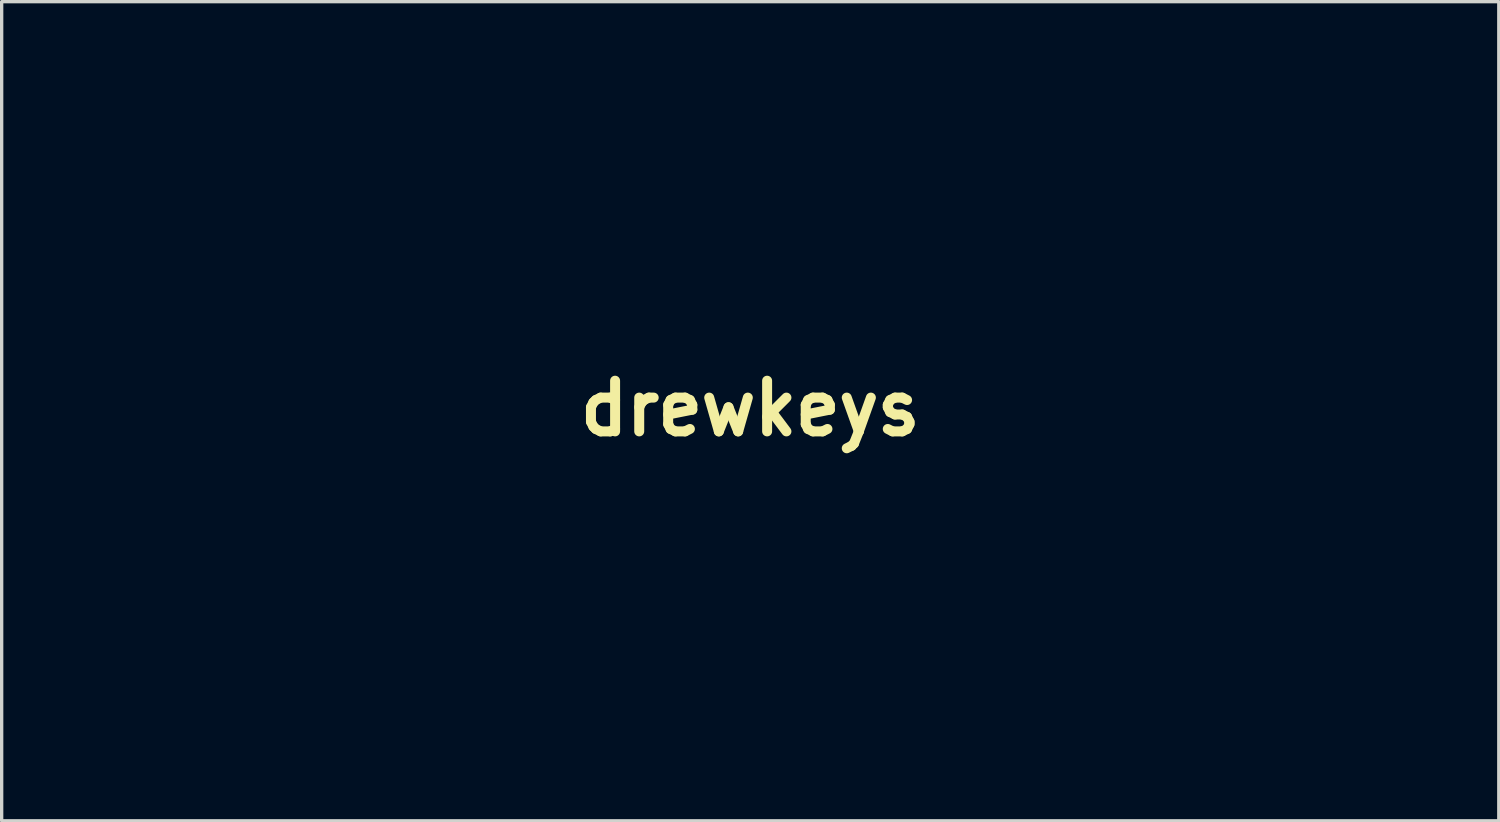
<source format=kicad_pcb>
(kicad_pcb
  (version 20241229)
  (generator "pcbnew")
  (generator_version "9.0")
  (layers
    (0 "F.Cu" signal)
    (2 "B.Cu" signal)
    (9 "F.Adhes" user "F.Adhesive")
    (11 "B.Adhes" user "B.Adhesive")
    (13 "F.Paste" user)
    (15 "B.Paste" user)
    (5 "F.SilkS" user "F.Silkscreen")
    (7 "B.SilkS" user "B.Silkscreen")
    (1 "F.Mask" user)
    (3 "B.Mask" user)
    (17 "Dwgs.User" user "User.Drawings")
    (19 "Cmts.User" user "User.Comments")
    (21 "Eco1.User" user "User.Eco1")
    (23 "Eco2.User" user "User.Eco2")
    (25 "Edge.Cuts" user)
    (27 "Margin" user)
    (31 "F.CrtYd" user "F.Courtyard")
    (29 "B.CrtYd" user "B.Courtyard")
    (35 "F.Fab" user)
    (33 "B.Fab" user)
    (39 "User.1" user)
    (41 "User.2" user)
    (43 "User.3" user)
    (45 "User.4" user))
  (footprint "drewkeys"
    (layer "F.Cu")
    (at 19.512 9.234)
    (property "Reference" "drewkeys" (at 0 0 0) (layer "F.SilkS") (effects (font (size 1.524 1.524) (thickness 0.3))))
    (attr through_hole)
    (fp_poly (pts (xy -10.16 1.379) (xy -10.091 1.411) (xy -10.083 1.475) (xy -10.082 1.617) (xy -10.088 1.814) (xy -10.095 1.967) (xy -10.115 2.235) (xy -10.145 2.411) (xy -10.191 2.502) (xy -10.259 2.517) (xy -10.356 2.466) (xy -10.423 2.413) (xy -10.62 2.306) (xy -10.837 2.28) (xy -11.048 2.33) (xy -11.229 2.447) (xy -11.355 2.624) (xy -11.381 2.701) (xy -11.403 2.835) (xy -11.418 3.038) (xy -11.426 3.289) (xy -11.427 3.568) (xy -11.423 3.856) (xy -11.413 4.133) (xy -11.399 4.379) (xy -11.379 4.575) (xy -11.355 4.7) (xy -11.34 4.733) (xy -11.254 4.775) (xy -11.108 4.811) (xy -11.01 4.825) (xy -10.855 4.844) (xy -10.774 4.874) (xy -10.74 4.934) (xy -10.728 5.016) (xy -10.712 5.182) (xy -13.005 5.182) (xy -13.005 5.004) (xy -13 4.894) (xy -12.966 4.843) (xy -12.877 4.827) (xy -12.778 4.826) (xy -12.618 4.813) (xy -12.528 4.768) (xy -12.499 4.728) (xy -12.48 4.644) (xy -12.466 4.478) (xy -12.455 4.248) (xy -12.448 3.971) (xy -12.444 3.663) (xy -12.444 3.342) (xy -12.447 3.025) (xy -12.454 2.728) (xy -12.464 2.47) (xy -12.477 2.266) (xy -12.493 2.134) (xy -12.507 2.093) (xy -12.593 2.055) (xy -12.734 2.034) (xy -12.786 2.032) (xy -12.923 2.027) (xy -12.986 1.999) (xy -13.004 1.926) (xy -13.005 1.863) (xy -13.005 1.695) (xy -12.541 1.633) (xy -12.292 1.593) (xy -12.042 1.54) (xy -11.836 1.485) (xy -11.794 1.471) (xy -11.635 1.418) (xy -11.516 1.382) (xy -11.47 1.372) (xy -11.451 1.418) (xy -11.437 1.543) (xy -11.43 1.72) (xy -11.43 1.778) (xy -11.43 2.184) (xy -11.141 1.866) (xy -10.99 1.707) (xy -10.847 1.568) (xy -10.74 1.474) (xy -10.722 1.461) (xy -10.61 1.414) (xy -10.455 1.382) (xy -10.294 1.37) (xy -10.16 1.379)) (stroke (width 0.01) (type solid)) (fill no) (layer "Eco2.User"))
    (fp_poly (pts (xy 8.209 1.394) (xy 8.559 1.483) (xy 8.86 1.651) (xy 8.954 1.727) (xy 9.146 1.934) (xy 9.272 2.169) (xy 9.343 2.454) (xy 9.366 2.779) (xy 9.373 3.173) (xy 9.119 3.232) (xy 8.983 3.253) (xy 8.769 3.27) (xy 8.499 3.285) (xy 8.195 3.294) (xy 7.966 3.297) (xy 7.674 3.301) (xy 7.419 3.309) (xy 7.217 3.32) (xy 7.085 3.333) (xy 7.04 3.346) (xy 7.033 3.431) (xy 7.061 3.578) (xy 7.115 3.76) (xy 7.185 3.947) (xy 7.263 4.111) (xy 7.298 4.169) (xy 7.428 4.321) (xy 7.596 4.465) (xy 7.667 4.511) (xy 7.802 4.583) (xy 7.928 4.624) (xy 8.083 4.641) (xy 8.301 4.644) (xy 8.306 4.644) (xy 8.591 4.628) (xy 8.814 4.584) (xy 8.95 4.533) (xy 9.126 4.47) (xy 9.229 4.476) (xy 9.26 4.553) (xy 9.223 4.702) (xy 9.211 4.733) (xy 9.15 4.847) (xy 9.057 4.94) (xy 8.913 5.025) (xy 8.698 5.115) (xy 8.574 5.161) (xy 8.372 5.21) (xy 8.109 5.245) (xy 7.822 5.262) (xy 7.553 5.259) (xy 7.338 5.235) (xy 7.333 5.234) (xy 6.959 5.105) (xy 6.621 4.892) (xy 6.34 4.613) (xy 6.134 4.281) (xy 6.131 4.273) (xy 6.075 4.121) (xy 6.038 3.936) (xy 6.014 3.694) (xy 6.004 3.486) (xy 6.006 3.038) (xy 6.026 2.889) (xy 6.997 2.889) (xy 7.245 2.912) (xy 7.444 2.921) (xy 7.676 2.92) (xy 7.793 2.915) (xy 7.978 2.904) (xy 8.139 2.897) (xy 8.212 2.896) (xy 8.281 2.887) (xy 8.317 2.844) (xy 8.329 2.741) (xy 8.33 2.629) (xy 8.303 2.386) (xy 8.233 2.159) (xy 8.131 1.977) (xy 8.019 1.876) (xy 7.834 1.82) (xy 7.619 1.814) (xy 7.422 1.858) (xy 7.352 1.893) (xy 7.196 2.044) (xy 7.09 2.264) (xy 7.03 2.566) (xy 7.028 2.586) (xy 6.997 2.889) (xy 6.026 2.889) (xy 6.055 2.669) (xy 6.16 2.363) (xy 6.329 2.106) (xy 6.57 1.881) (xy 6.891 1.675) (xy 7.035 1.599) (xy 7.261 1.492) (xy 7.445 1.427) (xy 7.629 1.393) (xy 7.799 1.38) (xy 8.209 1.394)) (stroke (width 0.01) (type solid)) (fill no) (layer "Eco2.User"))
    (fp_poly (pts (xy 11.836 1.613) (xy 11.824 1.729) (xy 11.774 1.774) (xy 11.722 1.779) (xy 11.524 1.8) (xy 11.412 1.864) (xy 11.379 1.966) (xy 11.397 2.044) (xy 11.445 2.198) (xy 11.516 2.41) (xy 11.605 2.663) (xy 11.704 2.937) (xy 11.807 3.214) (xy 11.908 3.478) (xy 11.998 3.709) (xy 12.073 3.89) (xy 12.124 4.003) (xy 12.14 4.028) (xy 12.17 3.997) (xy 12.23 3.888) (xy 12.313 3.715) (xy 12.413 3.495) (xy 12.523 3.244) (xy 12.636 2.977) (xy 12.744 2.71) (xy 12.841 2.46) (xy 12.917 2.25) (xy 12.976 2.076) (xy 13.001 1.973) (xy 12.995 1.913) (xy 12.958 1.871) (xy 12.932 1.851) (xy 12.812 1.799) (xy 12.662 1.778) (xy 12.546 1.77) (xy 12.504 1.727) (xy 12.506 1.62) (xy 12.522 1.463) (xy 14.021 1.448) (xy 14.021 1.613) (xy 14.006 1.733) (xy 13.952 1.776) (xy 13.931 1.778) (xy 13.775 1.827) (xy 13.628 1.968) (xy 13.51 2.173) (xy 13.466 2.273) (xy 13.386 2.455) (xy 13.276 2.705) (xy 13.14 3.014) (xy 12.985 3.367) (xy 12.815 3.755) (xy 12.636 4.164) (xy 12.613 4.216) (xy 12.374 4.761) (xy 12.172 5.22) (xy 12.001 5.602) (xy 11.858 5.916) (xy 11.74 6.17) (xy 11.642 6.373) (xy 11.559 6.531) (xy 11.489 6.655) (xy 11.427 6.751) (xy 11.37 6.829) (xy 11.346 6.857) (xy 11.119 7.054) (xy 10.832 7.188) (xy 10.513 7.252) (xy 10.187 7.241) (xy 10.017 7.2) (xy 9.905 7.154) (xy 9.87 7.095) (xy 9.882 7.015) (xy 9.91 6.883) (xy 9.943 6.709) (xy 9.954 6.641) (xy 9.99 6.462) (xy 10.031 6.371) (xy 10.087 6.356) (xy 10.15 6.391) (xy 10.406 6.532) (xy 10.65 6.583) (xy 10.873 6.543) (xy 11.063 6.412) (xy 11.07 6.404) (xy 11.153 6.293) (xy 11.259 6.12) (xy 11.368 5.919) (xy 11.399 5.855) (xy 11.597 5.448) (xy 10.902 3.694) (xy 10.742 3.294) (xy 10.592 2.923) (xy 10.455 2.592) (xy 10.337 2.312) (xy 10.242 2.093) (xy 10.174 1.946) (xy 10.138 1.883) (xy 10.137 1.882) (xy 10.042 1.835) (xy 9.901 1.797) (xy 9.885 1.794) (xy 9.763 1.765) (xy 9.712 1.709) (xy 9.703 1.606) (xy 9.703 1.448) (xy 11.836 1.448) (xy 11.836 1.613)) (stroke (width 0.01) (type solid)) (fill no) (layer "Eco2.User"))
    (fp_poly (pts (xy 16.637 1.407) (xy 16.815 1.444) (xy 16.983 1.489) (xy 17.106 1.525) (xy 17.156 1.544) (xy 17.16 1.599) (xy 17.157 1.732) (xy 17.148 1.92) (xy 17.139 2.05) (xy 17.105 2.54) (xy 16.934 2.54) (xy 16.826 2.534) (xy 16.777 2.495) (xy 16.764 2.395) (xy 16.764 2.333) (xy 16.751 2.174) (xy 16.718 2.043) (xy 16.709 2.024) (xy 16.595 1.91) (xy 16.403 1.827) (xy 16.154 1.783) (xy 16.027 1.778) (xy 15.733 1.808) (xy 15.521 1.899) (xy 15.39 2.049) (xy 15.342 2.26) (xy 15.342 2.283) (xy 15.356 2.4) (xy 15.406 2.498) (xy 15.504 2.582) (xy 15.661 2.658) (xy 15.887 2.732) (xy 16.195 2.81) (xy 16.472 2.872) (xy 16.686 2.928) (xy 16.882 2.995) (xy 17.021 3.06) (xy 17.031 3.066) (xy 17.221 3.25) (xy 17.349 3.493) (xy 17.414 3.775) (xy 17.414 4.073) (xy 17.348 4.365) (xy 17.212 4.628) (xy 17.167 4.687) (xy 16.962 4.872) (xy 16.684 5.035) (xy 16.36 5.164) (xy 16.019 5.249) (xy 15.689 5.278) (xy 15.65 5.277) (xy 15.487 5.265) (xy 15.289 5.24) (xy 15.215 5.228) (xy 15.006 5.186) (xy 14.791 5.134) (xy 14.732 5.117) (xy 14.642 5.092) (xy 14.578 5.069) (xy 14.538 5.031) (xy 14.515 4.961) (xy 14.507 4.844) (xy 14.508 4.663) (xy 14.516 4.402) (xy 14.519 4.293) (xy 14.529 3.912) (xy 14.7 3.912) (xy 14.799 3.916) (xy 14.852 3.945) (xy 14.878 4.024) (xy 14.894 4.178) (xy 14.895 4.191) (xy 14.944 4.436) (xy 15.055 4.613) (xy 15.241 4.739) (xy 15.411 4.802) (xy 15.725 4.862) (xy 16.007 4.854) (xy 16.243 4.782) (xy 16.423 4.653) (xy 16.532 4.472) (xy 16.561 4.292) (xy 16.547 4.153) (xy 16.497 4.04) (xy 16.398 3.946) (xy 16.238 3.863) (xy 16.004 3.781) (xy 15.685 3.693) (xy 15.624 3.678) (xy 15.384 3.612) (xy 15.165 3.54) (xy 14.995 3.473) (xy 14.921 3.434) (xy 14.696 3.225) (xy 14.556 2.964) (xy 14.502 2.659) (xy 14.532 2.342) (xy 14.647 2.025) (xy 14.844 1.768) (xy 15.123 1.568) (xy 15.172 1.543) (xy 15.331 1.472) (xy 15.481 1.427) (xy 15.654 1.399) (xy 15.885 1.384) (xy 15.979 1.38) (xy 16.341 1.379) (xy 16.637 1.407)) (stroke (width 0.01) (type solid)) (fill no) (layer "Eco2.User"))
    (fp_poly (pts (xy -1.882 2.089) (xy -1.75 2.404) (xy -1.608 2.736) (xy -1.47 3.053) (xy -1.351 3.321) (xy -1.318 3.394) (xy -1.075 3.926) (xy -0.798 3.068) (xy -0.68 2.701) (xy -0.591 2.419) (xy -0.529 2.21) (xy -0.492 2.062) (xy -0.478 1.963) (xy -0.485 1.901) (xy -0.51 1.865) (xy -0.552 1.841) (xy -0.584 1.829) (xy -0.741 1.79) (xy -0.867 1.778) (xy -0.97 1.767) (xy -1.01 1.711) (xy -1.016 1.612) (xy -1.016 1.446) (xy 0.609 1.448) (xy 0.61 1.613) (xy 0.599 1.727) (xy 0.549 1.771) (xy 0.463 1.778) (xy 0.316 1.809) (xy 0.212 1.867) (xy 0.149 1.957) (xy 0.061 2.138) (xy -0.049 2.402) (xy -0.18 2.742) (xy -0.326 3.151) (xy -0.488 3.622) (xy -0.66 4.148) (xy -0.694 4.254) (xy -0.991 5.181) (xy -1.651 5.18) (xy -1.851 4.686) (xy -1.948 4.454) (xy -2.072 4.163) (xy -2.21 3.846) (xy -2.348 3.536) (xy -2.383 3.457) (xy -2.714 2.723) (xy -2.99 3.304) (xy -3.125 3.595) (xy -3.278 3.934) (xy -3.429 4.275) (xy -3.535 4.521) (xy -3.805 5.156) (xy -4.135 5.171) (xy -4.465 5.186) (xy -4.521 4.968) (xy -4.576 4.759) (xy -4.649 4.489) (xy -4.736 4.175) (xy -4.832 3.833) (xy -4.933 3.481) (xy -5.032 3.135) (xy -5.126 2.811) (xy -5.21 2.526) (xy -5.279 2.298) (xy -5.328 2.143) (xy -5.344 2.097) (xy -5.404 1.945) (xy -5.461 1.862) (xy -5.546 1.822) (xy -5.689 1.799) (xy -5.695 1.798) (xy -5.845 1.774) (xy -5.918 1.743) (xy -5.938 1.685) (xy -5.934 1.613) (xy -5.918 1.462) (xy -4.813 1.455) (xy -3.708 1.448) (xy -3.708 1.613) (xy -3.715 1.716) (xy -3.753 1.764) (xy -3.85 1.778) (xy -3.924 1.779) (xy -4.054 1.781) (xy -4.148 1.793) (xy -4.209 1.828) (xy -4.238 1.899) (xy -4.236 2.018) (xy -4.205 2.196) (xy -4.146 2.447) (xy -4.061 2.783) (xy -4.049 2.831) (xy -3.971 3.128) (xy -3.9 3.392) (xy -3.839 3.606) (xy -3.794 3.754) (xy -3.768 3.821) (xy -3.767 3.823) (xy -3.737 3.789) (xy -3.672 3.673) (xy -3.577 3.487) (xy -3.459 3.243) (xy -3.323 2.951) (xy -3.174 2.624) (xy -3.165 2.604) (xy -2.601 1.346) (xy -2.203 1.316) (xy -1.882 2.089)) (stroke (width 0.01) (type solid)) (fill no) (layer "Eco2.User"))
    (fp_poly (pts (xy 2.527 -0.639) (xy 2.532 -0.585) (xy 2.537 -0.44) (xy 2.541 -0.216) (xy 2.543 0.075) (xy 2.544 0.421) (xy 2.544 0.813) (xy 2.543 1.237) (xy 2.543 1.248) (xy 2.534 3.112) (xy 2.728 2.957) (xy 2.826 2.871) (xy 2.98 2.726) (xy 3.173 2.54) (xy 3.389 2.325) (xy 3.581 2.132) (xy 4.242 1.46) (xy 5.283 1.448) (xy 5.283 1.613) (xy 5.272 1.727) (xy 5.223 1.772) (xy 5.144 1.778) (xy 4.973 1.792) (xy 4.808 1.841) (xy 4.631 1.933) (xy 4.423 2.078) (xy 4.168 2.286) (xy 4.11 2.336) (xy 3.917 2.505) (xy 3.753 2.653) (xy 3.633 2.765) (xy 3.572 2.829) (xy 3.567 2.836) (xy 3.595 2.886) (xy 3.68 2.997) (xy 3.812 3.157) (xy 3.979 3.354) (xy 4.169 3.574) (xy 4.372 3.805) (xy 4.576 4.034) (xy 4.77 4.248) (xy 4.942 4.434) (xy 5.083 4.579) (xy 5.167 4.661) (xy 5.294 4.759) (xy 5.407 4.818) (xy 5.444 4.826) (xy 5.509 4.85) (xy 5.535 4.937) (xy 5.537 5.004) (xy 5.537 5.182) (xy 4.18 5.182) (xy 3.773 4.686) (xy 3.564 4.438) (xy 3.325 4.165) (xy 3.09 3.906) (xy 2.952 3.759) (xy 2.538 3.327) (xy 2.552 4.022) (xy 2.559 4.278) (xy 2.571 4.498) (xy 2.586 4.662) (xy 2.601 4.748) (xy 2.606 4.756) (xy 2.677 4.786) (xy 2.81 4.814) (xy 2.885 4.824) (xy 3.031 4.846) (xy 3.103 4.882) (xy 3.133 4.954) (xy 3.14 5.016) (xy 3.156 5.182) (xy 0.965 5.182) (xy 0.965 5.004) (xy 0.97 4.894) (xy 1.004 4.843) (xy 1.093 4.827) (xy 1.192 4.826) (xy 1.352 4.813) (xy 1.442 4.768) (xy 1.471 4.728) (xy 1.482 4.658) (xy 1.491 4.5) (xy 1.499 4.266) (xy 1.506 3.969) (xy 1.511 3.622) (xy 1.515 3.237) (xy 1.517 2.828) (xy 1.519 2.407) (xy 1.518 1.987) (xy 1.516 1.582) (xy 1.513 1.203) (xy 1.508 0.865) (xy 1.502 0.578) (xy 1.494 0.358) (xy 1.485 0.215) (xy 1.48 0.178) (xy 1.451 0.084) (xy 1.395 0.037) (xy 1.282 0.016) (xy 1.206 0.01) (xy 1.061 -0.004) (xy 0.99 -0.033) (xy 0.967 -0.095) (xy 0.965 -0.152) (xy 0.972 -0.234) (xy 1.004 -0.289) (xy 1.081 -0.326) (xy 1.221 -0.353) (xy 1.444 -0.381) (xy 1.448 -0.381) (xy 1.656 -0.416) (xy 1.904 -0.474) (xy 2.128 -0.539) (xy 2.307 -0.595) (xy 2.447 -0.631) (xy 2.522 -0.641) (xy 2.527 -0.639)) (stroke (width 0.01) (type solid)) (fill no) (layer "Eco2.User"))
    (fp_poly (pts (xy -17.948 -9.139) (xy -17.726 -8.98) (xy -17.572 -8.765) (xy -17.491 -8.515) (xy -17.483 -8.251) (xy -17.554 -7.995) (xy -17.705 -7.769) (xy -17.748 -7.725) (xy -17.882 -7.602) (xy -17.882 -3.951) (xy -17.882 -0.3) (xy -17.247 -0.33) (xy -17.233 -2.486) (xy -17.22 -4.642) (xy -17.37 -4.798) (xy -17.534 -5.03) (xy -17.611 -5.281) (xy -17.609 -5.534) (xy -17.537 -5.773) (xy -17.402 -5.984) (xy -17.214 -6.149) (xy -16.98 -6.255) (xy -16.71 -6.285) (xy -16.58 -6.269) (xy -16.387 -6.193) (xy -16.191 -6.051) (xy -16.028 -5.872) (xy -15.97 -5.778) (xy -15.908 -5.576) (xy -15.901 -5.342) (xy -15.942 -5.109) (xy -16.027 -4.907) (xy -16.148 -4.768) (xy -16.162 -4.758) (xy -16.185 -4.74) (xy -16.204 -4.708) (xy -16.219 -4.655) (xy -16.231 -4.571) (xy -16.24 -4.447) (xy -16.246 -4.274) (xy -16.251 -4.041) (xy -16.254 -3.742) (xy -16.255 -3.365) (xy -16.256 -2.902) (xy -16.256 -2.532) (xy -16.256 -0.364) (xy -15.862 -0.332) (xy -15.378 -0.276) (xy -14.976 -0.19) (xy -14.638 -0.067) (xy -14.348 0.1) (xy -14.088 0.316) (xy -14.005 0.402) (xy -13.736 0.758) (xy -13.55 1.167) (xy -13.445 1.633) (xy -13.419 2.159) (xy -13.425 2.3) (xy -13.486 2.802) (xy -13.616 3.249) (xy -13.821 3.67) (xy -13.923 3.831) (xy -14.209 4.204) (xy -14.526 4.505) (xy -14.893 4.748) (xy -15.333 4.948) (xy -15.519 5.015) (xy -15.633 5.052) (xy -15.735 5.083) (xy -15.838 5.106) (xy -15.956 5.124) (xy -16.101 5.138) (xy -16.286 5.148) (xy -16.524 5.155) (xy -16.827 5.161) (xy -17.209 5.166) (xy -17.59 5.171) (xy -18.044 5.175) (xy -18.407 5.178) (xy -18.69 5.179) (xy -18.901 5.177) (xy -19.051 5.172) (xy -19.152 5.163) (xy -19.212 5.15) (xy -19.242 5.132) (xy -19.252 5.108) (xy -19.253 5.09) (xy -19.211 4.998) (xy -19.098 4.891) (xy -19.058 4.862) (xy -18.862 4.733) (xy -18.826 3.416) (xy -18.817 3.01) (xy -18.812 2.583) (xy -18.812 2.455) (xy -17.653 2.455) (xy -17.653 4.699) (xy -17.348 4.729) (xy -16.992 4.745) (xy -16.608 4.729) (xy -16.246 4.685) (xy -16.065 4.648) (xy -15.685 4.504) (xy -15.357 4.277) (xy -15.087 3.974) (xy -14.877 3.602) (xy -14.731 3.166) (xy -14.652 2.672) (xy -14.643 2.128) (xy -14.646 2.083) (xy -14.709 1.584) (xy -14.838 1.16) (xy -15.033 0.81) (xy -15.298 0.532) (xy -15.633 0.325) (xy -16.041 0.187) (xy -16.523 0.117) (xy -17.082 0.113) (xy -17.108 0.114) (xy -17.318 0.128) (xy -17.489 0.147) (xy -17.595 0.166) (xy -17.616 0.175) (xy -17.624 0.232) (xy -17.631 0.38) (xy -17.637 0.609) (xy -17.643 0.908) (xy -17.647 1.266) (xy -17.651 1.674) (xy -17.653 2.121) (xy -17.653 2.455) (xy -18.812 2.455) (xy -18.811 2.149) (xy -18.814 1.723) (xy -18.82 1.32) (xy -18.829 0.956) (xy -18.84 0.645) (xy -18.855 0.402) (xy -18.871 0.242) (xy -18.876 0.218) (xy -18.923 0.133) (xy -19.037 0.085) (xy -19.089 0.075) (xy -19.293 0.041) (xy -19.417 0.012) (xy -19.48 -0.026) (xy -19.504 -0.084) (xy -19.507 -0.175) (xy -19.507 -0.183) (xy -19.507 -0.364) (xy -19.177 -0.328) (xy -18.847 -0.293) (xy -18.847 -3.974) (xy -18.847 -4.673) (xy -18.847 -5.278) (xy -18.848 -5.796) (xy -18.849 -6.233) (xy -18.851 -6.596) (xy -18.854 -6.894) (xy -18.858 -7.132) (xy -18.864 -7.318) (xy -18.871 -7.46) (xy -18.88 -7.563) (xy -18.891 -7.635) (xy -18.905 -7.684) (xy -18.92 -7.716) (xy -18.939 -7.738) (xy -18.954 -7.752) (xy -19.115 -7.96) (xy -19.196 -8.205) (xy -19.199 -8.464) (xy -19.129 -8.716) (xy -18.988 -8.939) (xy -18.779 -9.111) (xy -18.75 -9.127) (xy -18.479 -9.227) (xy -18.215 -9.229) (xy -17.948 -9.139)) (stroke (width 0.01) (type solid)) (fill no) (layer "Eco2.User"))
    (fp_poly (pts (xy -7.4 1.397) (xy -7.047 1.503) (xy -6.74 1.687) (xy -6.694 1.725) (xy -6.51 1.922) (xy -6.382 2.147) (xy -6.303 2.423) (xy -6.262 2.773) (xy -6.262 2.774) (xy -6.235 3.185) (xy -6.432 3.226) (xy -6.545 3.24) (xy -6.739 3.256) (xy -6.995 3.271) (xy -7.293 3.285) (xy -7.615 3.297) (xy -7.62 3.297) (xy -8.611 3.327) (xy -8.594 3.505) (xy -8.542 3.733) (xy -8.438 3.984) (xy -8.301 4.215) (xy -8.171 4.369) (xy -7.91 4.541) (xy -7.598 4.639) (xy -7.256 4.661) (xy -6.905 4.603) (xy -6.696 4.529) (xy -6.549 4.471) (xy -6.462 4.458) (xy -6.409 4.487) (xy -6.401 4.495) (xy -6.384 4.586) (xy -6.421 4.717) (xy -6.497 4.854) (xy -6.597 4.962) (xy -6.599 4.964) (xy -6.742 5.041) (xy -6.956 5.119) (xy -7.209 5.189) (xy -7.471 5.243) (xy -7.658 5.267) (xy -8.026 5.298) (xy -8.026 6.523) (xy -8.024 6.97) (xy -8.017 7.328) (xy -8.004 7.607) (xy -7.984 7.818) (xy -7.954 7.972) (xy -7.913 8.082) (xy -7.861 8.159) (xy -7.81 8.203) (xy -7.791 8.211) (xy -7.755 8.218) (xy -7.699 8.225) (xy -7.619 8.231) (xy -7.511 8.237) (xy -7.373 8.243) (xy -7.2 8.248) (xy -6.99 8.252) (xy -6.737 8.256) (xy -6.44 8.26) (xy -6.095 8.263) (xy -5.697 8.266) (xy -5.244 8.269) (xy -4.731 8.271) (xy -4.156 8.273) (xy -3.515 8.275) (xy -2.804 8.276) (xy -2.02 8.277) (xy -1.16 8.278) (xy -0.219 8.279) (xy 0.806 8.28) (xy 1.918 8.28) (xy 3.121 8.28) (xy 4.418 8.28) (xy 5.813 8.28) (xy 5.904 8.28) (xy 19.507 8.28) (xy 19.507 8.788) (xy 5.931 8.787) (xy 4.635 8.787) (xy 3.383 8.786) (xy 2.18 8.785) (xy 1.028 8.784) (xy -0.069 8.783) (xy -1.108 8.781) (xy -2.086 8.779) (xy -2.999 8.776) (xy -3.844 8.774) (xy -4.618 8.771) (xy -5.316 8.768) (xy -5.937 8.764) (xy -6.477 8.761) (xy -6.932 8.757) (xy -7.3 8.753) (xy -7.576 8.749) (xy -7.757 8.745) (xy -7.841 8.74) (xy -7.845 8.74) (xy -8.109 8.637) (xy -8.308 8.461) (xy -8.407 8.303) (xy -8.437 8.237) (xy -8.461 8.163) (xy -8.479 8.068) (xy -8.493 7.939) (xy -8.504 7.764) (xy -8.512 7.53) (xy -8.518 7.224) (xy -8.523 6.835) (xy -8.525 6.655) (xy -8.531 6.274) (xy -8.539 5.928) (xy -8.549 5.631) (xy -8.561 5.396) (xy -8.574 5.235) (xy -8.587 5.161) (xy -8.588 5.159) (xy -8.602 5.193) (xy -8.614 5.324) (xy -8.623 5.544) (xy -8.63 5.847) (xy -8.634 6.229) (xy -8.635 6.632) (xy -8.634 7.072) (xy -8.632 7.422) (xy -8.628 7.695) (xy -8.621 7.903) (xy -8.61 8.059) (xy -8.596 8.173) (xy -8.577 8.259) (xy -8.552 8.329) (xy -8.54 8.357) (xy -8.375 8.614) (xy -8.158 8.791) (xy -8.06 8.836) (xy -8.006 8.842) (xy -7.877 8.848) (xy -7.671 8.853) (xy -7.386 8.858) (xy -7.022 8.863) (xy -6.576 8.867) (xy -6.046 8.871) (xy -5.433 8.874) (xy -4.733 8.878) (xy -3.945 8.88) (xy -3.069 8.883) (xy -2.101 8.885) (xy -1.042 8.886) (xy 0.112 8.888) (xy 1.361 8.889) (xy 2.707 8.89) (xy 4.151 8.89) (xy 5.695 8.89) (xy 5.795 8.89) (xy 7.191 8.89) (xy 8.488 8.89) (xy 9.691 8.89) (xy 10.803 8.89) (xy 11.828 8.891) (xy 12.769 8.891) (xy 13.629 8.891) (xy 14.413 8.892) (xy 15.125 8.893) (xy 15.766 8.894) (xy 16.342 8.896) (xy 16.855 8.898) (xy 17.31 8.9) (xy 17.709 8.902) (xy 18.057 8.905) (xy 18.357 8.908) (xy 18.612 8.912) (xy 18.827 8.916) (xy 19.004 8.92) (xy 19.147 8.925) (xy 19.261 8.931) (xy 19.347 8.937) (xy 19.411 8.944) (xy 19.455 8.951) (xy 19.483 8.959) (xy 19.498 8.968) (xy 19.505 8.977) (xy 19.507 8.987) (xy 19.507 8.992) (xy 19.507 9.002) (xy 19.502 9.012) (xy 19.491 9.021) (xy 19.469 9.029) (xy 19.432 9.037) (xy 19.378 9.044) (xy 19.302 9.05) (xy 19.201 9.056) (xy 19.072 9.061) (xy 18.91 9.065) (xy 18.713 9.07) (xy 18.477 9.073) (xy 18.197 9.076) (xy 17.872 9.079) (xy 17.496 9.081) (xy 17.067 9.083) (xy 16.58 9.084) (xy 16.033 9.086) (xy 15.422 9.086) (xy 14.743 9.087) (xy 13.993 9.087) (xy 13.168 9.087) (xy 12.264 9.086) (xy 11.278 9.086) (xy 10.207 9.085) (xy 9.046 9.084) (xy 7.793 9.083) (xy 6.444 9.082) (xy 5.753 9.081) (xy -8.001 9.068) (xy -8.214 8.954) (xy -8.466 8.766) (xy -8.67 8.505) (xy -8.746 8.356) (xy -8.767 8.273) (xy -8.786 8.125) (xy -8.801 7.904) (xy -8.815 7.605) (xy -8.826 7.219) (xy -8.836 6.74) (xy -8.838 6.608) (xy -8.847 6.142) (xy -8.856 5.769) (xy -8.866 5.481) (xy -8.877 5.267) (xy -8.891 5.121) (xy -8.906 5.032) (xy -8.925 4.993) (xy -8.931 4.99) (xy -8.949 5.001) (xy -8.963 5.053) (xy -8.974 5.154) (xy -8.981 5.314) (xy -8.985 5.542) (xy -8.986 5.846) (xy -8.985 6.234) (xy -8.981 6.662) (xy -8.977 7.122) (xy -8.973 7.492) (xy -8.968 7.784) (xy -8.961 8.009) (xy -8.951 8.179) (xy -8.939 8.306) (xy -8.922 8.402) (xy -8.9 8.477) (xy -8.873 8.545) (xy -8.845 8.604) (xy -8.668 8.851) (xy -8.414 9.044) (xy -8.098 9.173) (xy -8.019 9.192) (xy -7.948 9.198) (xy -7.795 9.204) (xy -7.558 9.209) (xy -7.237 9.214) (xy -6.829 9.219) (xy -6.335 9.223) (xy -5.752 9.227) (xy -5.08 9.23) (xy -4.317 9.233) (xy -3.462 9.236) (xy -2.515 9.239) (xy -1.473 9.241) (xy -0.336 9.242) (xy 0.897 9.244) (xy 2.228 9.245) (xy 3.657 9.245) (xy 5.187 9.246) (xy 5.87 9.246) (xy 7.273 9.246) (xy 8.579 9.246) (xy 9.789 9.246) (xy 10.909 9.246) (xy 11.94 9.247) (xy 12.888 9.248) (xy 13.755 9.249) (xy 14.544 9.25) (xy 15.26 9.251) (xy 15.905 9.253) (xy 16.484 9.255) (xy 16.999 9.257) (xy 17.454 9.26) (xy 17.853 9.263) (xy 18.198 9.266) (xy 18.495 9.27) (xy 18.745 9.274) (xy 18.953 9.278) (xy 19.121 9.283) (xy 19.254 9.288) (xy 19.355 9.294) (xy 19.427 9.3) (xy 19.475 9.307) (xy 19.5 9.314) (xy 19.507 9.322) (xy 19.499 9.33) (xy 19.473 9.337) (xy 19.424 9.344) (xy 19.351 9.35) (xy 19.249 9.356) (xy 19.114 9.361) (xy 18.944 9.366) (xy 18.735 9.37) (xy 18.483 9.374) (xy 18.185 9.378) (xy 17.837 9.381) (xy 17.437 9.384) (xy 16.98 9.386) (xy 16.463 9.388) (xy 15.883 9.39) (xy 15.236 9.392) (xy 14.518 9.393) (xy 13.728 9.394) (xy 12.859 9.395) (xy 11.911 9.396) (xy 10.878 9.396) (xy 9.757 9.396) (xy 8.546 9.396) (xy 7.24 9.396) (xy 5.836 9.396) (xy 5.753 9.396) (xy 4.354 9.396) (xy 3.052 9.396) (xy 1.845 9.396) (xy 0.729 9.395) (xy -0.301 9.395) (xy -1.247 9.394) (xy -2.113 9.393) (xy -2.902 9.392) (xy -3.62 9.391) (xy -4.268 9.39) (xy -4.851 9.388) (xy -5.373 9.386) (xy -5.836 9.384) (xy -6.245 9.381) (xy -6.603 9.378) (xy -6.914 9.375) (xy -7.182 9.371) (xy -7.409 9.367) (xy -7.601 9.362) (xy -7.759 9.357) (xy -7.889 9.351) (xy -7.993 9.345) (xy -8.076 9.338) (xy -8.14 9.331) (xy -8.19 9.323) (xy -8.229 9.314) (xy -8.261 9.305) (xy -8.271 9.301) (xy -8.58 9.143) (xy -8.843 8.903) (xy -9.009 8.661) (xy -9.038 8.604) (xy -9.061 8.544) (xy -9.08 8.469) (xy -9.094 8.368) (xy -9.106 8.231) (xy -9.114 8.047) (xy -9.12 7.804) (xy -9.125 7.493) (xy -9.13 7.101) (xy -9.134 6.639) (xy -9.149 4.821) (xy -9.317 4.6) (xy -9.485 4.315) (xy -9.593 3.974) (xy -9.642 3.565) (xy -9.642 3.193) (xy -9.606 2.795) (xy -9.598 2.762) (xy -8.638 2.762) (xy -8.611 2.847) (xy -8.539 2.89) (xy -8.414 2.91) (xy -8.395 2.912) (xy -8.2 2.921) (xy -7.972 2.92) (xy -7.854 2.915) (xy -7.668 2.904) (xy -7.508 2.897) (xy -7.435 2.896) (xy -7.365 2.887) (xy -7.33 2.844) (xy -7.317 2.741) (xy -7.315 2.627) (xy -7.351 2.33) (xy -7.45 2.09) (xy -7.603 1.915) (xy -7.8 1.816) (xy -8.031 1.803) (xy -8.138 1.826) (xy -8.338 1.928) (xy -8.481 2.103) (xy -8.574 2.361) (xy -8.581 2.392) (xy -8.626 2.617) (xy -8.638 2.762) (xy -9.598 2.762) (xy -9.527 2.47) (xy -9.394 2.202) (xy -9.194 1.974) (xy -8.916 1.767) (xy -8.549 1.566) (xy -8.548 1.565) (xy -8.169 1.426) (xy -7.78 1.371) (xy -7.4 1.397)) (stroke (width 0.01) (type solid)) (fill no) (layer "Eco2.User")))
  (gr_rect
    (start -3 -3)
    (end 42.024 21.635)
    (stroke (width 0.1) (type default))
    (fill no)
    (layer "Edge.Cuts")))
</source>
